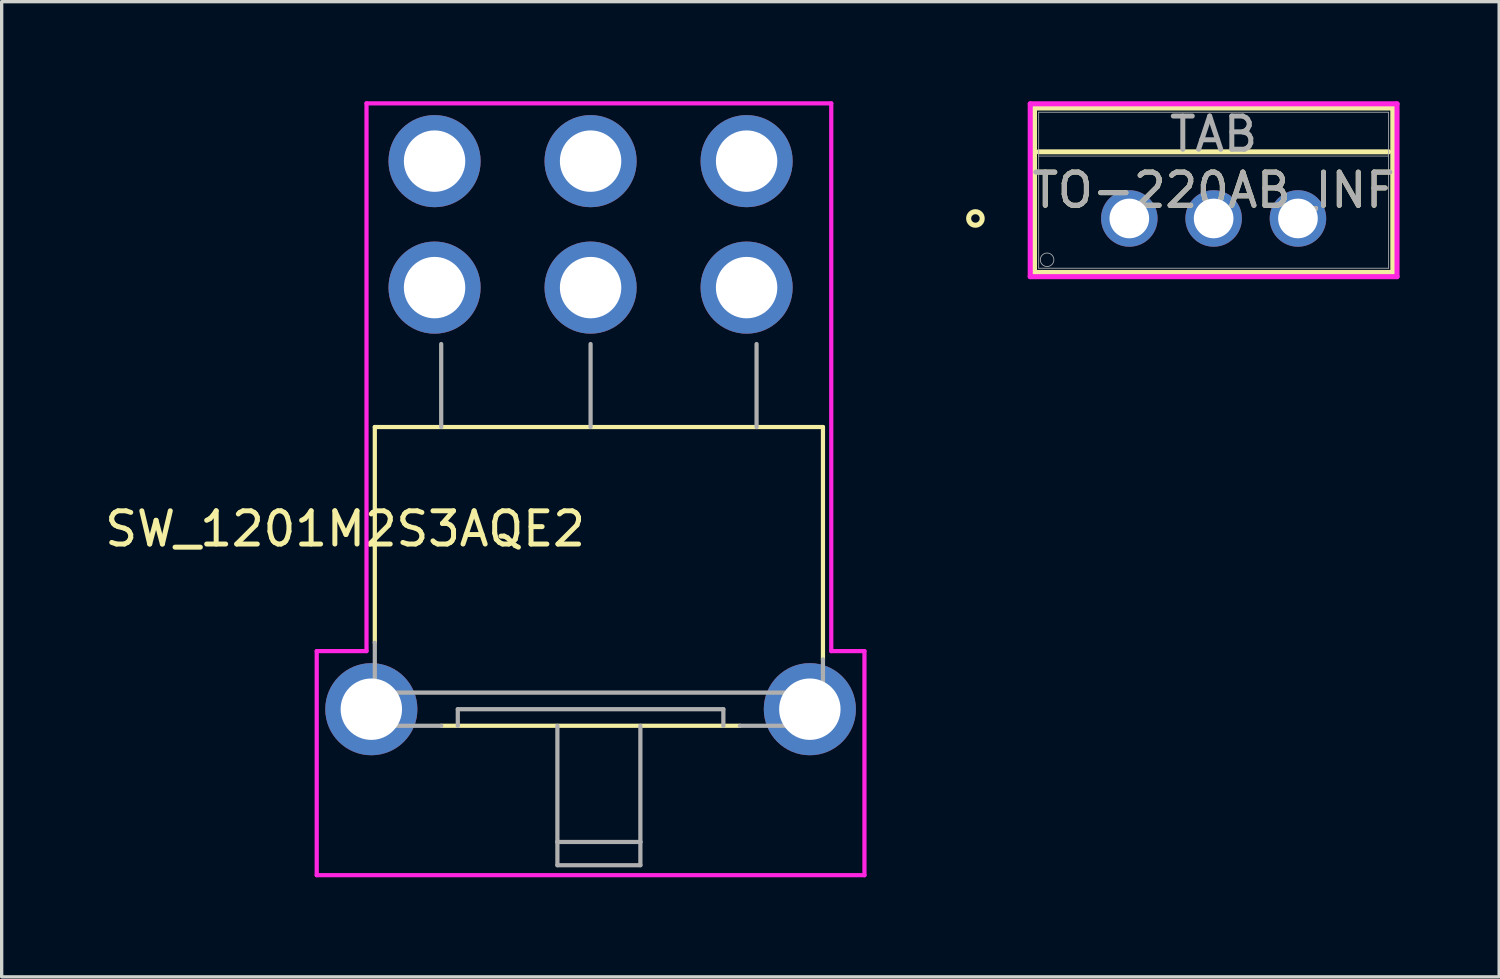
<source format=kicad_pcb>
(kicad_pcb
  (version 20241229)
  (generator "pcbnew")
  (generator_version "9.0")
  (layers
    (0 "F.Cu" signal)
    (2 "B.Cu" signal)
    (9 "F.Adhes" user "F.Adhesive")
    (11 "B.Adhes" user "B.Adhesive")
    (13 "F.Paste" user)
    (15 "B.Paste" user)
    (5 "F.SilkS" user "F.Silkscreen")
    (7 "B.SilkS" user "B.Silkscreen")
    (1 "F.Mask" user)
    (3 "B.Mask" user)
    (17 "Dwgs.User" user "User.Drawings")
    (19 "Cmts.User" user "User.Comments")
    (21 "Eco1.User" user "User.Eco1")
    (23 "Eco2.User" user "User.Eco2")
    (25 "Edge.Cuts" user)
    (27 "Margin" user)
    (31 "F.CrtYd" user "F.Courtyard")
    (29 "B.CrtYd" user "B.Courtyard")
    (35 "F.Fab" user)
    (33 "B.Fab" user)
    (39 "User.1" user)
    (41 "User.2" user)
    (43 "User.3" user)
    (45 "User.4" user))
  (footprint "SW_1201M2S3AQE2"
    (layer "F.Cu")
    (at 14.741 18.314)
    (property "Reference" "SW_1201M2S3AQE2" (at -7.394 -5.431 180) (layer "F.SilkS") (effects (font (size 1.001 1.001) (thickness 0.15))))
    (attr through_hole)
    (fp_line (start -6.5 -8.5) (end 7 -8.5) (stroke (width 0.127) (type solid)) (layer "F.SilkS"))
    (fp_line (start -6.5 -2) (end -6.5 -8.5) (stroke (width 0.127) (type solid)) (layer "F.SilkS"))
    (fp_line (start -4.5 0.5) (end 4.5 0.5) (stroke (width 0.127) (type solid)) (layer "F.SilkS"))
    (fp_line (start 7 -8.5) (end 7 -1.5) (stroke (width 0.127) (type solid)) (layer "F.SilkS"))
    (fp_line (start -8.25 -1.75) (end -6.75 -1.75) (stroke (width 0.127) (type solid)) (layer "F.CrtYd"))
    (fp_line (start -8.25 5) (end -8.25 -1.75) (stroke (width 0.127) (type solid)) (layer "F.CrtYd"))
    (fp_line (start -6.75 -18.25) (end 7.25 -18.25) (stroke (width 0.127) (type solid)) (layer "F.CrtYd"))
    (fp_line (start -6.75 -1.75) (end -6.75 -18.25) (stroke (width 0.127) (type solid)) (layer "F.CrtYd"))
    (fp_line (start 7.25 -18.25) (end 7.25 -1.75) (stroke (width 0.127) (type solid)) (layer "F.CrtYd"))
    (fp_line (start 7.25 -1.75) (end 8.25 -1.75) (stroke (width 0.127) (type solid)) (layer "F.CrtYd"))
    (fp_line (start 8.25 -1.75) (end 8.25 5) (stroke (width 0.127) (type solid)) (layer "F.CrtYd"))
    (fp_line (start 8.25 5) (end -8.25 5) (stroke (width 0.127) (type solid)) (layer "F.CrtYd"))
    (fp_line (start -6.5 -2) (end -6.5 -0.5) (stroke (width 0.127) (type solid)) (layer "F.Fab"))
    (fp_line (start -6.5 -0.5) (end -6.5 0.5) (stroke (width 0.127) (type solid)) (layer "F.Fab"))
    (fp_line (start -6.5 -0.5) (end 7 -0.5) (stroke (width 0.127) (type solid)) (layer "F.Fab"))
    (fp_line (start -6.5 0.5) (end -4.5 0.5) (stroke (width 0.127) (type solid)) (layer "F.Fab"))
    (fp_line (start -4.5 -11) (end -4.5 -8.5) (stroke (width 0.127) (type solid)) (layer "F.Fab"))
    (fp_line (start -4 0) (end 4 0) (stroke (width 0.127) (type solid)) (layer "F.Fab"))
    (fp_line (start -4 0.5) (end -4 0) (stroke (width 0.127) (type solid)) (layer "F.Fab"))
    (fp_line (start -1 0.5) (end -1 4) (stroke (width 0.127) (type solid)) (layer "F.Fab"))
    (fp_line (start -1 4) (end -1 4.7) (stroke (width 0.127) (type solid)) (layer "F.Fab"))
    (fp_line (start -1 4) (end 1.5 4) (stroke (width 0.127) (type solid)) (layer "F.Fab"))
    (fp_line (start -1 4.7) (end 1.5 4.7) (stroke (width 0.127) (type solid)) (layer "F.Fab"))
    (fp_line (start 0 -11) (end 0 -8.5) (stroke (width 0.127) (type solid)) (layer "F.Fab"))
    (fp_line (start 1.5 4) (end 1.5 0.5) (stroke (width 0.127) (type solid)) (layer "F.Fab"))
    (fp_line (start 1.5 4.7) (end 1.5 4) (stroke (width 0.127) (type solid)) (layer "F.Fab"))
    (fp_line (start 4 0) (end 4 0.5) (stroke (width 0.127) (type solid)) (layer "F.Fab"))
    (fp_line (start 5 -11) (end 5 -8.5) (stroke (width 0.127) (type solid)) (layer "F.Fab"))
    (fp_line (start 7 -1.5) (end 7 -0.5) (stroke (width 0.127) (type solid)) (layer "F.Fab"))
    (fp_line (start 7 -0.5) (end 7 0.5) (stroke (width 0.127) (type solid)) (layer "F.Fab"))
    (fp_line (start 7 0.5) (end 4.5 0.5) (stroke (width 0.127) (type solid)) (layer "F.Fab"))
    (pad "1" thru_hole circle (at 4.7 -12.7) (size 2.775 2.775) (drill 1.85) (layers "*.Cu" "*.Mask"))
    (pad "2" thru_hole circle (at 0 -12.7) (size 2.775 2.775) (drill 1.85) (layers "*.Cu" "*.Mask"))
    (pad "3" thru_hole circle (at -4.7 -12.7) (size 2.775 2.775) (drill 1.85) (layers "*.Cu" "*.Mask"))
    (pad "4" thru_hole circle (at 4.7 -16.51) (size 2.775 2.775) (drill 1.85) (layers "*.Cu" "*.Mask"))
    (pad "5" thru_hole circle (at 0 -16.51) (size 2.775 2.775) (drill 1.85) (layers "*.Cu" "*.Mask"))
    (pad "6" thru_hole circle (at -4.7 -16.51) (size 2.775 2.775) (drill 1.85) (layers "*.Cu" "*.Mask"))
    (pad "P$1" thru_hole circle (at 6.605 0) (size 2.775 2.775) (drill 1.85) (layers "*.Cu" "*.Mask"))
    (pad "P$2" thru_hole circle (at -6.605 0) (size 2.775 2.775) (drill 1.85) (layers "*.Cu" "*.Mask")))
  (footprint "TO-220AB_INF"
    (layer "F.Cu")
    (at 30.97 3.531)
    (property "Reference" "TO-220AB_INF" (at 2.54 -0.851 0) (unlocked yes) (layer "F.SilkS") (effects (font (size 1 1) (thickness 0.15))))
    (attr through_hole)
    (fp_line (start -2.857 -3.327) (end -2.857 1.626) (stroke (width 0.152) (type solid)) (layer "F.SilkS"))
    (fp_line (start -2.857 1.626) (end 7.938 1.626) (stroke (width 0.152) (type solid)) (layer "F.SilkS"))
    (fp_line (start -2.731 -2.007) (end 7.811 -2.007) (stroke (width 0.152) (type solid)) (layer "F.SilkS"))
    (fp_line (start 7.938 -3.327) (end -2.857 -3.327) (stroke (width 0.152) (type solid)) (layer "F.SilkS"))
    (fp_line (start 7.938 1.626) (end 7.938 -3.327) (stroke (width 0.152) (type solid)) (layer "F.SilkS"))
    (fp_circle (center -4.636 0) (end -4.432 0) (stroke (width 0.152) (type solid)) (fill no) (layer "F.SilkS"))
    (fp_line (start -2.985 -3.454) (end -2.985 1.753) (stroke (width 0.152) (type solid)) (layer "F.CrtYd"))
    (fp_line (start -2.985 1.753) (end 8.065 1.753) (stroke (width 0.152) (type solid)) (layer "F.CrtYd"))
    (fp_line (start 8.065 -3.454) (end -2.985 -3.454) (stroke (width 0.152) (type solid)) (layer "F.CrtYd"))
    (fp_line (start 8.065 1.753) (end 8.065 -3.454) (stroke (width 0.152) (type solid)) (layer "F.CrtYd"))
    (fp_line (start -2.731 -3.2) (end -2.731 1.499) (stroke (width 0.025) (type solid)) (layer "F.Fab"))
    (fp_line (start -2.731 -1.88) (end 7.811 -1.88) (stroke (width 0.025) (type solid)) (layer "F.Fab"))
    (fp_line (start -2.731 1.499) (end 7.811 1.499) (stroke (width 0.025) (type solid)) (layer "F.Fab"))
    (fp_line (start 7.811 -3.2) (end -2.731 -3.2) (stroke (width 0.025) (type solid)) (layer "F.Fab"))
    (fp_line (start 7.811 1.499) (end 7.811 -3.2) (stroke (width 0.025) (type solid)) (layer "F.Fab"))
    (fp_circle (center -2.477 1.245) (end -2.273 1.245) (stroke (width 0.025) (type solid)) (fill no) (layer "F.Fab"))
    (fp_text user "TAB" (at 2.54 -2.54 0) (unlocked yes) (layer "F.Fab") (effects (font (size 1 1) (thickness 0.15))))
    (fp_text user "${REFERENCE}" (at 2.54 -0.851 0) (unlocked yes) (layer "F.Fab") (effects (font (size 1 1) (thickness 0.15))))
    (pad "1" thru_hole circle (at 0 0) (size 1.702 1.702) (drill 1.194) (layers "*.Cu" "*.Mask"))
    (pad "2" thru_hole circle (at 2.54 0) (size 1.702 1.702) (drill 1.194) (layers "*.Cu" "*.Mask"))
    (pad "3" thru_hole circle (at 5.08 0) (size 1.702 1.702) (drill 1.194) (layers "*.Cu" "*.Mask")))
  (gr_rect
    (start -3 -3)
    (end 42.111 26.377)
    (stroke (width 0.1) (type default))
    (fill no)
    (layer "Edge.Cuts")))
</source>
